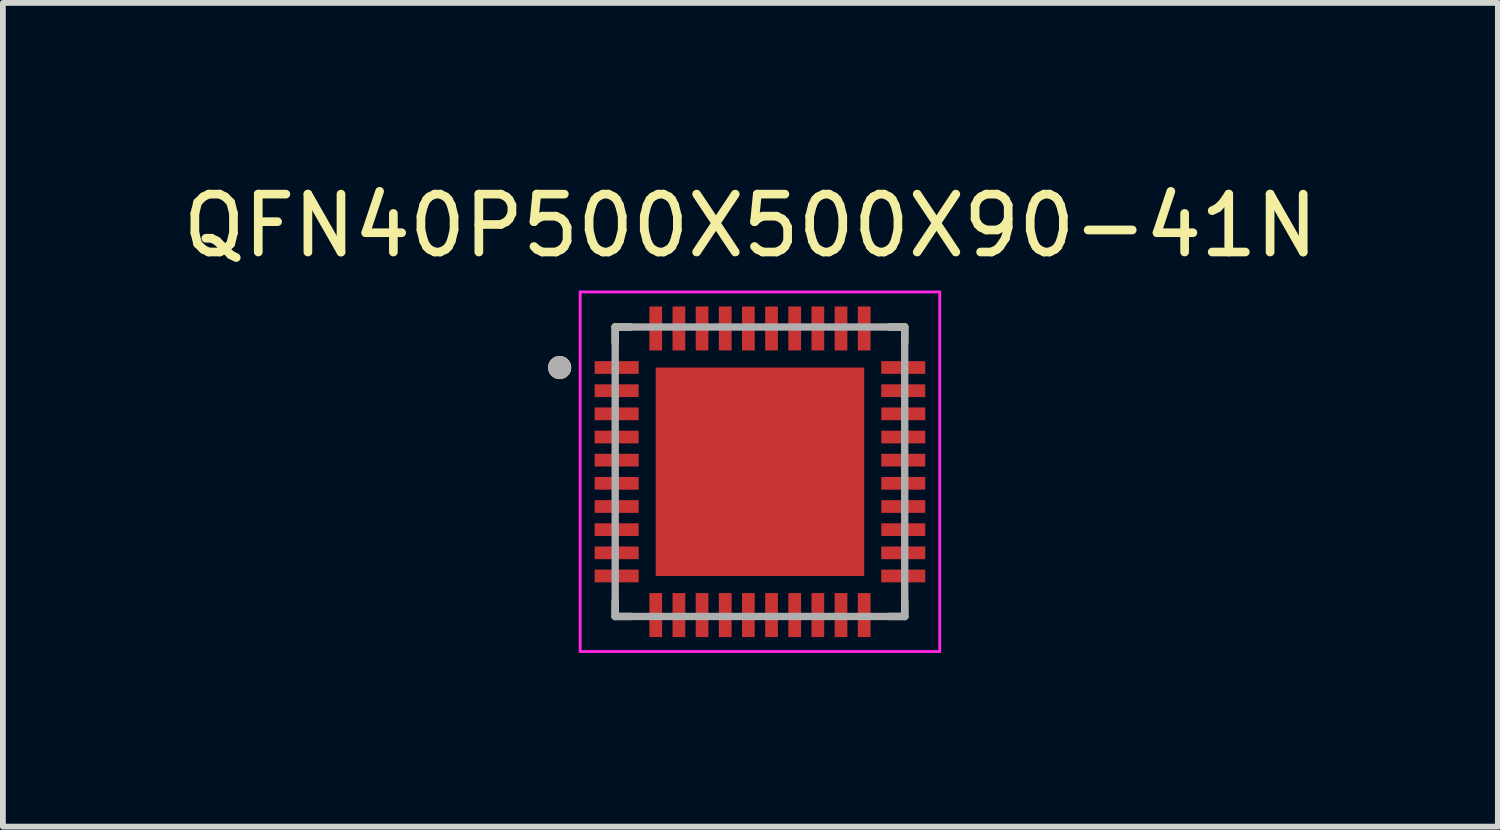
<source format=kicad_pcb>
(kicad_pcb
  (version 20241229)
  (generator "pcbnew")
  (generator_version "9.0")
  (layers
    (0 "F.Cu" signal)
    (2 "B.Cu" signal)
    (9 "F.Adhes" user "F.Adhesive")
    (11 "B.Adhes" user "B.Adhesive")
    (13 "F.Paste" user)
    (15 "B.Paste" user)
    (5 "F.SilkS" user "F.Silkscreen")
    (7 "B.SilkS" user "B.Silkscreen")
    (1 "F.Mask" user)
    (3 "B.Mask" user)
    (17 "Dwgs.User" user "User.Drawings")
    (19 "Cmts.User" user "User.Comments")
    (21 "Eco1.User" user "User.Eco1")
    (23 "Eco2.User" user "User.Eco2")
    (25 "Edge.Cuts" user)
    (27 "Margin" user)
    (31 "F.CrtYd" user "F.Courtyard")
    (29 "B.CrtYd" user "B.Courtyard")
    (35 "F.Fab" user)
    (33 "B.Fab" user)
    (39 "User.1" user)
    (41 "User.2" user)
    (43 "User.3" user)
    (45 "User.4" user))
  (footprint "QFN40P500X500X90-41N"
    (layer "F.Cu")
    (at 10.076 5.098)
    (property "Reference" "QFN40P500X500X90-41N" (at -0.165 -4.25 0) (layer "F.SilkS") (effects (font (size 1 1) (thickness 0.15))))
    (attr smd)
    (fp_line (start -2.5 -2.5) (end -2.5 -2.23) (stroke (width 0.127) (type solid)) (layer "F.SilkS"))
    (fp_line (start -2.5 -2.5) (end -2.23 -2.5) (stroke (width 0.127) (type solid)) (layer "F.SilkS"))
    (fp_line (start -2.5 2.5) (end -2.5 2.23) (stroke (width 0.127) (type solid)) (layer "F.SilkS"))
    (fp_line (start -2.5 2.5) (end -2.23 2.5) (stroke (width 0.127) (type solid)) (layer "F.SilkS"))
    (fp_line (start 2.5 -2.5) (end 2.23 -2.5) (stroke (width 0.127) (type solid)) (layer "F.SilkS"))
    (fp_line (start 2.5 -2.5) (end 2.5 -2.23) (stroke (width 0.127) (type solid)) (layer "F.SilkS"))
    (fp_line (start 2.5 2.5) (end 2.23 2.5) (stroke (width 0.127) (type solid)) (layer "F.SilkS"))
    (fp_line (start 2.5 2.5) (end 2.5 2.23) (stroke (width 0.127) (type solid)) (layer "F.SilkS"))
    (fp_circle (center -3.46 -1.8) (end -3.36 -1.8) (stroke (width 0.2) (type solid)) (fill no) (layer "F.SilkS"))
    (fp_poly (pts (xy -1.14 -1.14) (xy 1.14 -1.14) (xy 1.14 1.14) (xy -1.14 1.14)) (stroke (width 0.01) (type solid)) (fill yes) (layer "F.Paste"))
    (fp_line (start -3.105 -3.105) (end 3.105 -3.105) (stroke (width 0.05) (type solid)) (layer "F.CrtYd"))
    (fp_line (start -3.105 3.105) (end -3.105 -3.105) (stroke (width 0.05) (type solid)) (layer "F.CrtYd"))
    (fp_line (start -3.105 3.105) (end 3.105 3.105) (stroke (width 0.05) (type solid)) (layer "F.CrtYd"))
    (fp_line (start 3.105 3.105) (end 3.105 -3.105) (stroke (width 0.05) (type solid)) (layer "F.CrtYd"))
    (fp_line (start -2.5 2.5) (end -2.5 -2.5) (stroke (width 0.127) (type solid)) (layer "F.Fab"))
    (fp_line (start 2.5 -2.5) (end -2.5 -2.5) (stroke (width 0.127) (type solid)) (layer "F.Fab"))
    (fp_line (start 2.5 2.5) (end -2.5 2.5) (stroke (width 0.127) (type solid)) (layer "F.Fab"))
    (fp_line (start 2.5 2.5) (end 2.5 -2.5) (stroke (width 0.127) (type solid)) (layer "F.Fab"))
    (fp_circle (center -3.46 -1.8) (end -3.36 -1.8) (stroke (width 0.2) (type solid)) (fill no) (layer "F.Fab"))
    (pad "1" smd roundrect (at -2.475 -1.8) (size 0.76 0.22) (layers "F.Cu" "F.Mask" "F.Paste") (roundrect_rratio 0.03))
    (pad "2" smd roundrect (at -2.475 -1.4) (size 0.76 0.22) (layers "F.Cu" "F.Mask" "F.Paste") (roundrect_rratio 0.03))
    (pad "3" smd roundrect (at -2.475 -1) (size 0.76 0.22) (layers "F.Cu" "F.Mask" "F.Paste") (roundrect_rratio 0.03))
    (pad "4" smd roundrect (at -2.475 -0.6) (size 0.76 0.22) (layers "F.Cu" "F.Mask" "F.Paste") (roundrect_rratio 0.03))
    (pad "5" smd roundrect (at -2.475 -0.2) (size 0.76 0.22) (layers "F.Cu" "F.Mask" "F.Paste") (roundrect_rratio 0.03))
    (pad "6" smd roundrect (at -2.475 0.2) (size 0.76 0.22) (layers "F.Cu" "F.Mask" "F.Paste") (roundrect_rratio 0.03))
    (pad "7" smd roundrect (at -2.475 0.6) (size 0.76 0.22) (layers "F.Cu" "F.Mask" "F.Paste") (roundrect_rratio 0.03))
    (pad "8" smd roundrect (at -2.475 1) (size 0.76 0.22) (layers "F.Cu" "F.Mask" "F.Paste") (roundrect_rratio 0.03))
    (pad "9" smd roundrect (at -2.475 1.4) (size 0.76 0.22) (layers "F.Cu" "F.Mask" "F.Paste") (roundrect_rratio 0.03))
    (pad "10" smd roundrect (at -2.475 1.8) (size 0.76 0.22) (layers "F.Cu" "F.Mask" "F.Paste") (roundrect_rratio 0.03))
    (pad "11" smd roundrect (at -1.8 2.475 90) (size 0.76 0.22) (layers "F.Cu" "F.Mask" "F.Paste") (roundrect_rratio 0.03))
    (pad "12" smd roundrect (at -1.4 2.475 90) (size 0.76 0.22) (layers "F.Cu" "F.Mask" "F.Paste") (roundrect_rratio 0.03))
    (pad "13" smd roundrect (at -1 2.475 90) (size 0.76 0.22) (layers "F.Cu" "F.Mask" "F.Paste") (roundrect_rratio 0.03))
    (pad "14" smd roundrect (at -0.6 2.475 90) (size 0.76 0.22) (layers "F.Cu" "F.Mask" "F.Paste") (roundrect_rratio 0.03))
    (pad "15" smd roundrect (at -0.2 2.475 90) (size 0.76 0.22) (layers "F.Cu" "F.Mask" "F.Paste") (roundrect_rratio 0.03))
    (pad "16" smd roundrect (at 0.2 2.475 90) (size 0.76 0.22) (layers "F.Cu" "F.Mask" "F.Paste") (roundrect_rratio 0.03))
    (pad "17" smd roundrect (at 0.6 2.475 90) (size 0.76 0.22) (layers "F.Cu" "F.Mask" "F.Paste") (roundrect_rratio 0.03))
    (pad "18" smd roundrect (at 1 2.475 90) (size 0.76 0.22) (layers "F.Cu" "F.Mask" "F.Paste") (roundrect_rratio 0.03))
    (pad "19" smd roundrect (at 1.4 2.475 90) (size 0.76 0.22) (layers "F.Cu" "F.Mask" "F.Paste") (roundrect_rratio 0.03))
    (pad "20" smd roundrect (at 1.8 2.475 90) (size 0.76 0.22) (layers "F.Cu" "F.Mask" "F.Paste") (roundrect_rratio 0.03))
    (pad "21" smd roundrect (at 2.475 1.8) (size 0.76 0.22) (layers "F.Cu" "F.Mask" "F.Paste") (roundrect_rratio 0.03))
    (pad "22" smd roundrect (at 2.475 1.4) (size 0.76 0.22) (layers "F.Cu" "F.Mask" "F.Paste") (roundrect_rratio 0.03))
    (pad "23" smd roundrect (at 2.475 1) (size 0.76 0.22) (layers "F.Cu" "F.Mask" "F.Paste") (roundrect_rratio 0.03))
    (pad "24" smd roundrect (at 2.475 0.6) (size 0.76 0.22) (layers "F.Cu" "F.Mask" "F.Paste") (roundrect_rratio 0.03))
    (pad "25" smd roundrect (at 2.475 0.2) (size 0.76 0.22) (layers "F.Cu" "F.Mask" "F.Paste") (roundrect_rratio 0.03))
    (pad "26" smd roundrect (at 2.475 -0.2) (size 0.76 0.22) (layers "F.Cu" "F.Mask" "F.Paste") (roundrect_rratio 0.03))
    (pad "27" smd roundrect (at 2.475 -0.6) (size 0.76 0.22) (layers "F.Cu" "F.Mask" "F.Paste") (roundrect_rratio 0.03))
    (pad "28" smd roundrect (at 2.475 -1) (size 0.76 0.22) (layers "F.Cu" "F.Mask" "F.Paste") (roundrect_rratio 0.03))
    (pad "29" smd roundrect (at 2.475 -1.4) (size 0.76 0.22) (layers "F.Cu" "F.Mask" "F.Paste") (roundrect_rratio 0.03))
    (pad "30" smd roundrect (at 2.475 -1.8) (size 0.76 0.22) (layers "F.Cu" "F.Mask" "F.Paste") (roundrect_rratio 0.03))
    (pad "31" smd roundrect (at 1.8 -2.475 90) (size 0.76 0.22) (layers "F.Cu" "F.Mask" "F.Paste") (roundrect_rratio 0.03))
    (pad "32" smd roundrect (at 1.4 -2.475 90) (size 0.76 0.22) (layers "F.Cu" "F.Mask" "F.Paste") (roundrect_rratio 0.03))
    (pad "33" smd roundrect (at 1 -2.475 90) (size 0.76 0.22) (layers "F.Cu" "F.Mask" "F.Paste") (roundrect_rratio 0.03))
    (pad "34" smd roundrect (at 0.6 -2.475 90) (size 0.76 0.22) (layers "F.Cu" "F.Mask" "F.Paste") (roundrect_rratio 0.03))
    (pad "35" smd roundrect (at 0.2 -2.475 90) (size 0.76 0.22) (layers "F.Cu" "F.Mask" "F.Paste") (roundrect_rratio 0.03))
    (pad "36" smd roundrect (at -0.2 -2.475 90) (size 0.76 0.22) (layers "F.Cu" "F.Mask" "F.Paste") (roundrect_rratio 0.03))
    (pad "37" smd roundrect (at -0.6 -2.475 90) (size 0.76 0.22) (layers "F.Cu" "F.Mask" "F.Paste") (roundrect_rratio 0.03))
    (pad "38" smd roundrect (at -1 -2.475 90) (size 0.76 0.22) (layers "F.Cu" "F.Mask" "F.Paste") (roundrect_rratio 0.03))
    (pad "39" smd roundrect (at -1.4 -2.475 90) (size 0.76 0.22) (layers "F.Cu" "F.Mask" "F.Paste") (roundrect_rratio 0.03))
    (pad "40" smd roundrect (at -1.8 -2.475 90) (size 0.76 0.22) (layers "F.Cu" "F.Mask" "F.Paste") (roundrect_rratio 0.03))
    (pad "41" smd rect (at 0 0) (size 3.6 3.6) (layers "F.Cu" "F.Mask")))
  (gr_rect
    (start -3 -3)
    (end 22.821 11.228)
    (stroke (width 0.1) (type default))
    (fill no)
    (layer "Edge.Cuts")))
</source>
